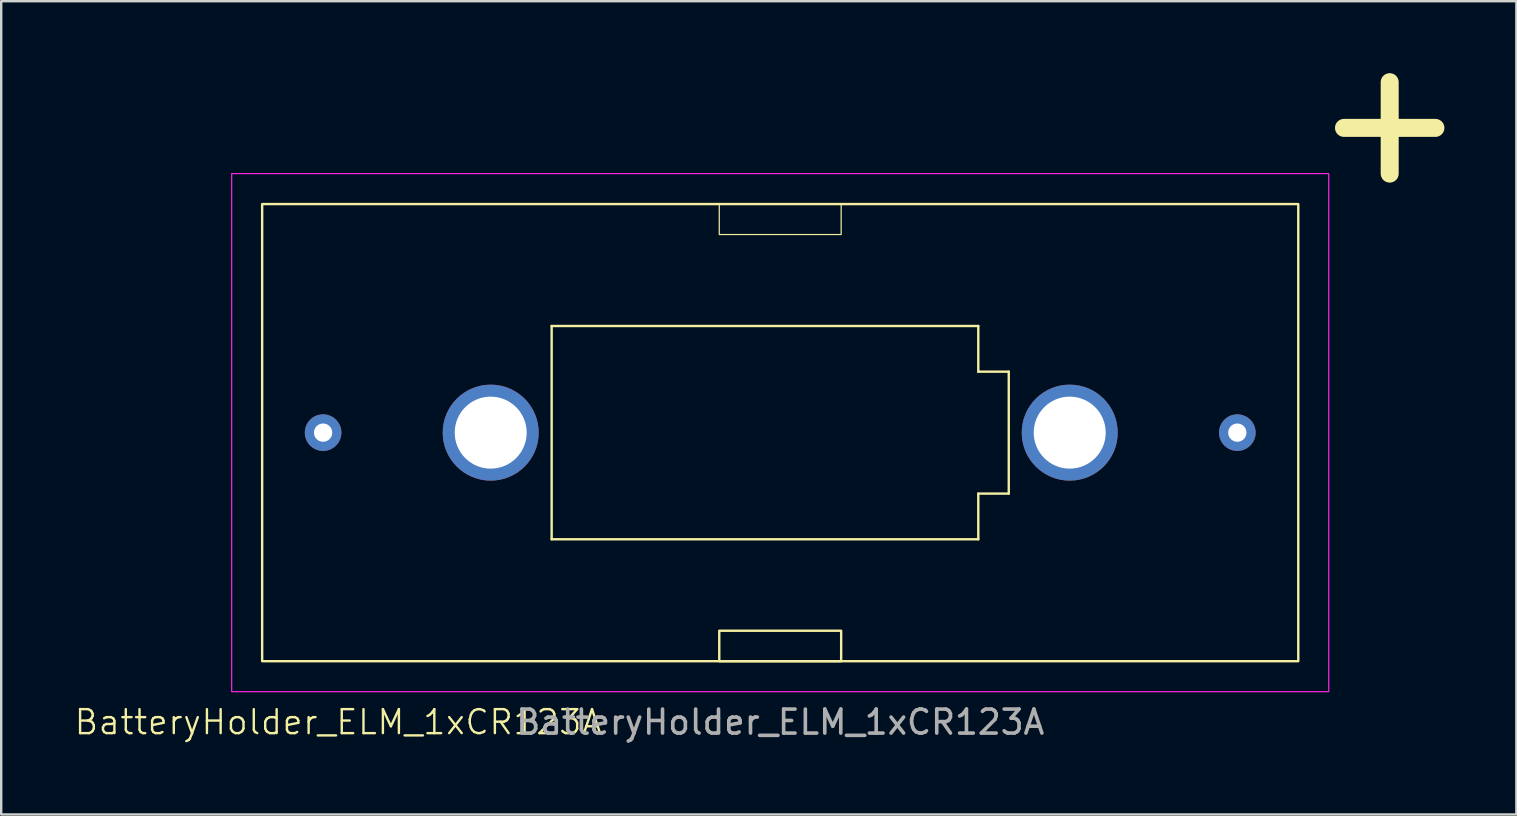
<source format=kicad_pcb>
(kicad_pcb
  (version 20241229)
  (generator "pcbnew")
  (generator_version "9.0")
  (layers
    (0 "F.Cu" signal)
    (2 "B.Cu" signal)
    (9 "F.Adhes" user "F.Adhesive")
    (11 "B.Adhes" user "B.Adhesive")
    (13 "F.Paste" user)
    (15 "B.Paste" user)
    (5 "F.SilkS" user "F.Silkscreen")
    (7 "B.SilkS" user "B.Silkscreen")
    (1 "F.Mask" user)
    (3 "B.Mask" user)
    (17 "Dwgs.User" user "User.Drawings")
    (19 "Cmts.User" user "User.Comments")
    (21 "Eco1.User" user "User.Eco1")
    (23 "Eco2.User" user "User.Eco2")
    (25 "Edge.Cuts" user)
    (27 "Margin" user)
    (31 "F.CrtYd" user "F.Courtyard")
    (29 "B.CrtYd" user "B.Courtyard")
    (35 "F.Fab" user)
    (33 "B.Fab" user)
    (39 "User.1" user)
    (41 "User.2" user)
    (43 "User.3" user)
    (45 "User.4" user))
  (footprint "BatteryHolder_ELM_1xCR123A"
    (layer "F.Cu")
    (at 29.465 14.98)
    (property "Reference" "BatteryHolder_ELM_1xCR123A" (at -18.415 12.065 0) (unlocked yes) (layer "F.SilkS") (effects (font (size 1 1) (thickness 0.1))))
    (attr through_hole)
    (fp_line (start -9.525 -4.445) (end 8.255 -4.445) (stroke (width 0.1) (type default)) (layer "F.SilkS"))
    (fp_line (start -9.525 4.445) (end -9.525 -4.445) (stroke (width 0.1) (type default)) (layer "F.SilkS"))
    (fp_line (start 8.255 -4.445) (end 8.255 -2.54) (stroke (width 0.1) (type default)) (layer "F.SilkS"))
    (fp_line (start 8.255 -2.54) (end 9.525 -2.54) (stroke (width 0.1) (type default)) (layer "F.SilkS"))
    (fp_line (start 8.255 2.54) (end 8.255 4.445) (stroke (width 0.1) (type default)) (layer "F.SilkS"))
    (fp_line (start 8.255 4.445) (end -9.525 4.445) (stroke (width 0.1) (type default)) (layer "F.SilkS"))
    (fp_line (start 9.525 -2.54) (end 9.525 2.54) (stroke (width 0.1) (type default)) (layer "F.SilkS"))
    (fp_line (start 9.525 2.54) (end 8.255 2.54) (stroke (width 0.1) (type default)) (layer "F.SilkS"))
    (fp_line (start 23.495 -12.7) (end 27.305 -12.7) (stroke (width 0.75) (type default)) (layer "F.SilkS"))
    (fp_line (start 25.4 -14.605) (end 25.4 -10.795) (stroke (width 0.75) (type default)) (layer "F.SilkS"))
    (fp_rect (start -21.59 -9.525) (end 21.59 9.525) (stroke (width 0.1) (type default)) (fill no) (layer "F.SilkS"))
    (fp_rect (start -2.54 -9.525) (end 2.54 -8.255) (stroke (width 0.05) (type default)) (fill no) (layer "F.SilkS"))
    (fp_rect (start -2.54 9.525) (end 2.54 8.255) (stroke (width 0.1) (type default)) (fill no) (layer "F.SilkS"))
    (fp_rect (start -22.86 -10.795) (end 22.86 10.795) (stroke (width 0.05) (type default)) (fill no) (layer "F.CrtYd"))
    (fp_text user "${REFERENCE}" (at 0 12.065 0) (unlocked yes) (layer "F.Fab") (effects (font (size 1 1) (thickness 0.15))))
    (pad "" np_thru_hole circle (at -12.065 0) (size 4 4) (drill 3) (layers "*.Cu" "*.Mask"))
    (pad "" np_thru_hole circle (at 12.065 0) (size 4 4) (drill 3) (layers "*.Cu" "*.Mask"))
    (pad "1" thru_hole circle (at 19.05 0) (size 1.524 1.524) (drill 0.762) (layers "*.Cu" "*.Mask"))
    (pad "2" thru_hole circle (at -19.05 0) (size 1.524 1.524) (drill 0.762) (layers "*.Cu" "*.Mask")))
  (gr_rect
    (start -3 -3)
    (end 60.145 30.893)
    (stroke (width 0.1) (type default))
    (fill no)
    (layer "Edge.Cuts")))
</source>
